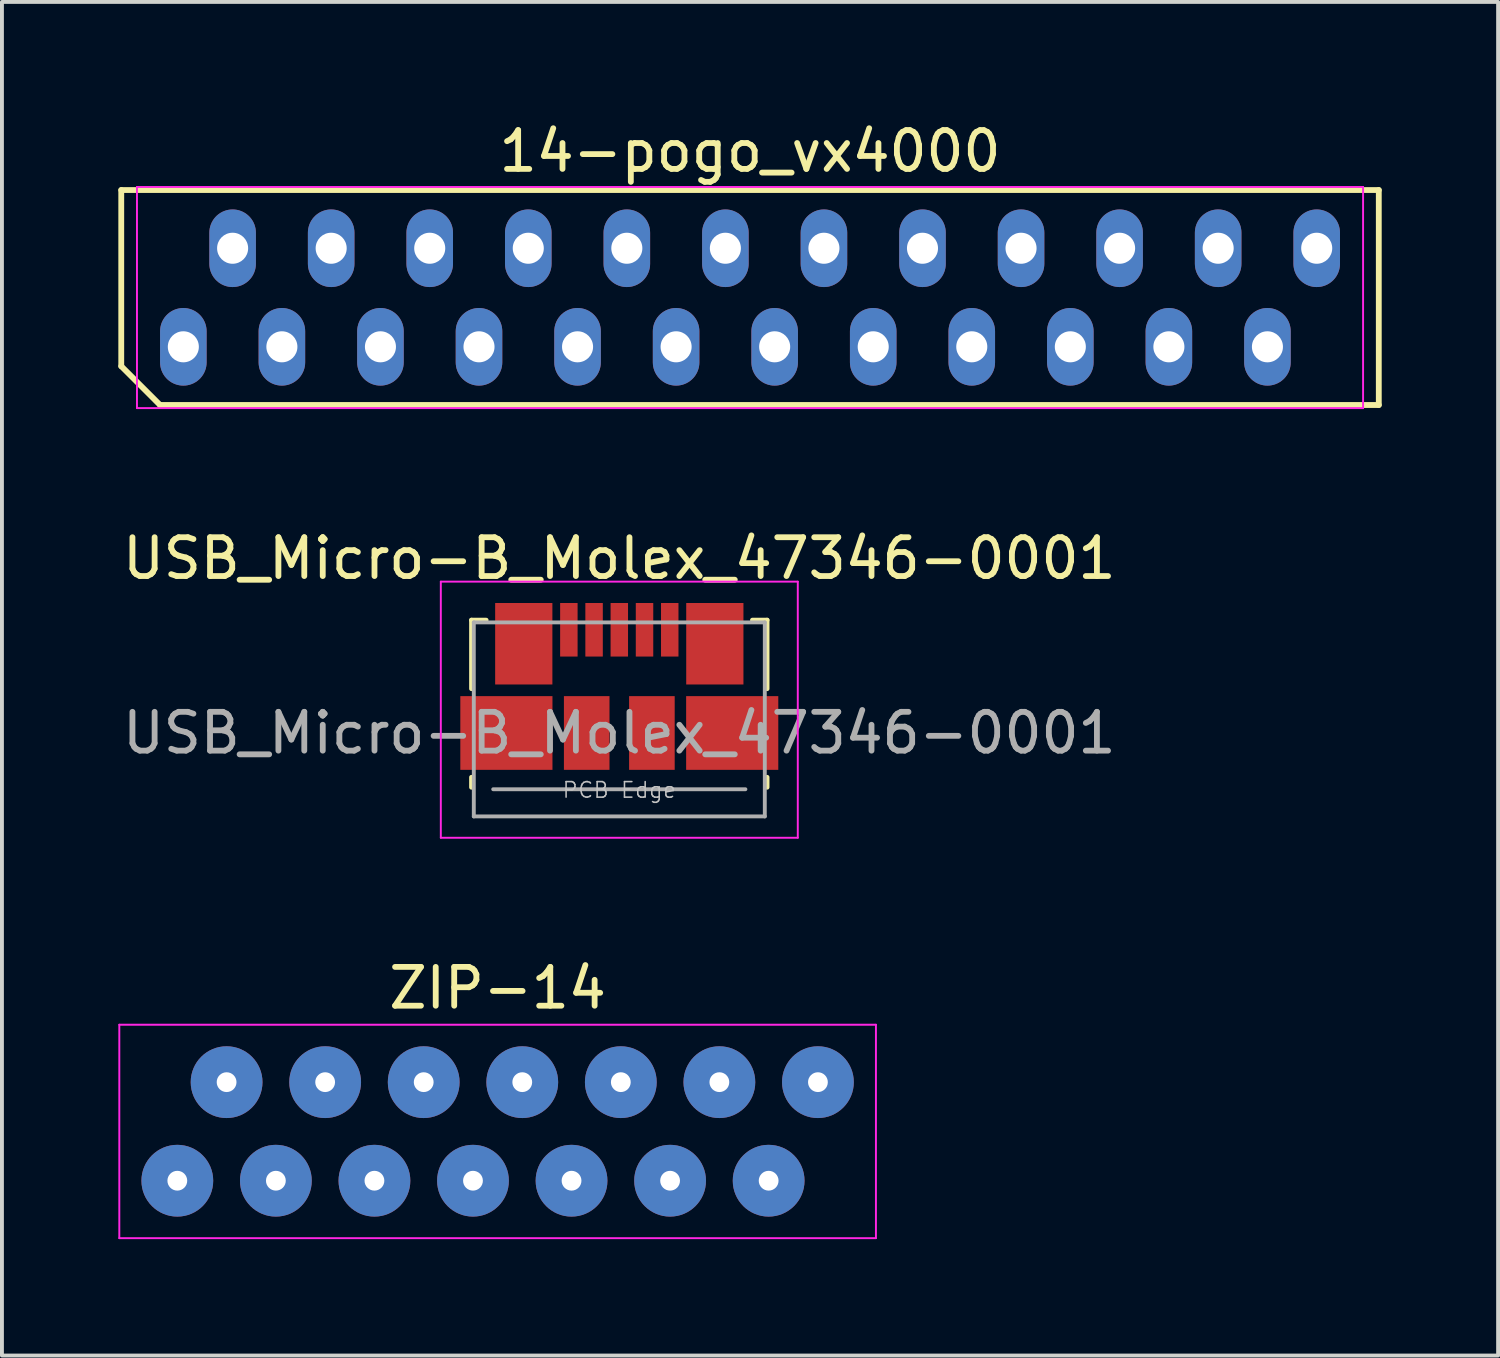
<source format=kicad_pcb>
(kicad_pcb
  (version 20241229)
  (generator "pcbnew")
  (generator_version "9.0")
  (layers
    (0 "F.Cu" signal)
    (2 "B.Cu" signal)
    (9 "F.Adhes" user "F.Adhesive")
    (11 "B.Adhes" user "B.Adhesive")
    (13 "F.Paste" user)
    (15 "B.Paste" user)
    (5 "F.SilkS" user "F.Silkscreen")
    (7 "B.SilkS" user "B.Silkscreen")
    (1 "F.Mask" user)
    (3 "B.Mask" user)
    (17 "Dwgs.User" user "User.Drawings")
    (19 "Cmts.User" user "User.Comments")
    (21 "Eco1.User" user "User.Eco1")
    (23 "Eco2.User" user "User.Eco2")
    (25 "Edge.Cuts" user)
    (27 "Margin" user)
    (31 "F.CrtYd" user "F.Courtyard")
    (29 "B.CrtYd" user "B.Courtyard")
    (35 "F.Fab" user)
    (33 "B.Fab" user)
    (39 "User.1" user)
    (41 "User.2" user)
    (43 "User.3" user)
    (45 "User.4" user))
  (footprint "ZIP-14"
    (layer "F.Cu")
    (at 9.775 26.11)
    (property "Reference" "ZIP-14" (at 0 -3.695 0) (layer "F.SilkS") (effects (font (size 1 1) (thickness 0.15))))
    (attr through_hole)
    (fp_line (start -9.75 -2.75) (end 9.75 -2.75) (stroke (width 0.05) (type solid)) (layer "F.CrtYd"))
    (fp_line (start -9.75 2.75) (end -9.75 -2.75) (stroke (width 0.05) (type solid)) (layer "F.CrtYd"))
    (fp_line (start 9.75 -2.75) (end 9.75 2.75) (stroke (width 0.05) (type solid)) (layer "F.CrtYd"))
    (fp_line (start 9.75 2.75) (end -9.75 2.75) (stroke (width 0.05) (type solid)) (layer "F.CrtYd"))
    (pad "1" thru_hole oval (at -8.255 1.27) (size 1.85 1.85) (drill 0.51) (layers "*.Cu" "*.Mask"))
    (pad "2" thru_hole oval (at -6.985 -1.27) (size 1.85 1.85) (drill 0.51) (layers "*.Cu" "*.Mask"))
    (pad "3" thru_hole oval (at -5.715 1.27) (size 1.85 1.85) (drill 0.51) (layers "*.Cu" "*.Mask"))
    (pad "4" thru_hole oval (at -4.445 -1.27) (size 1.85 1.85) (drill 0.51) (layers "*.Cu" "*.Mask"))
    (pad "5" thru_hole oval (at -3.175 1.27) (size 1.85 1.85) (drill 0.51) (layers "*.Cu" "*.Mask"))
    (pad "6" thru_hole oval (at -1.905 -1.27) (size 1.85 1.85) (drill 0.51) (layers "*.Cu" "*.Mask"))
    (pad "7" thru_hole oval (at -0.635 1.27) (size 1.85 1.85) (drill 0.51) (layers "*.Cu" "*.Mask"))
    (pad "8" thru_hole oval (at 0.635 -1.27) (size 1.85 1.85) (drill 0.51) (layers "*.Cu" "*.Mask"))
    (pad "9" thru_hole oval (at 1.905 1.27) (size 1.85 1.85) (drill 0.51) (layers "*.Cu" "*.Mask"))
    (pad "10" thru_hole oval (at 3.175 -1.27) (size 1.85 1.85) (drill 0.51) (layers "*.Cu" "*.Mask"))
    (pad "11" thru_hole oval (at 4.445 1.27) (size 1.85 1.85) (drill 0.51) (layers "*.Cu" "*.Mask"))
    (pad "12" thru_hole oval (at 5.715 -1.27) (size 1.85 1.85) (drill 0.51) (layers "*.Cu" "*.Mask"))
    (pad "13" thru_hole oval (at 6.985 1.27) (size 1.85 1.85) (drill 0.51) (layers "*.Cu" "*.Mask"))
    (pad "14" thru_hole oval (at 8.255 -1.27) (size 1.85 1.85) (drill 0.51) (layers "*.Cu" "*.Mask")))
  (footprint "USB_Micro-B_Molex_47346-0001"
    (layer "F.Cu")
    (at 12.911 15.841)
    (property "Reference" "USB_Micro-B_Molex_47346-0001" (at 0 -4.5 180) (layer "F.SilkS") (effects (font (size 1 1) (thickness 0.15))))
    (attr smd)
    (fp_line (start -3.81 -2.91) (end -3.43 -2.91) (stroke (width 0.12) (type solid)) (layer "F.SilkS"))
    (fp_line (start -3.81 -1.14) (end -3.81 -2.91) (stroke (width 0.12) (type solid)) (layer "F.SilkS"))
    (fp_line (start -3.81 1.4) (end -3.81 1.14) (stroke (width 0.12) (type solid)) (layer "F.SilkS"))
    (fp_line (start 3.81 -2.91) (end 3.43 -2.91) (stroke (width 0.12) (type solid)) (layer "F.SilkS"))
    (fp_line (start 3.81 -2.91) (end 3.81 -1.14) (stroke (width 0.12) (type solid)) (layer "F.SilkS"))
    (fp_line (start 3.81 1.14) (end 3.81 1.4) (stroke (width 0.12) (type solid)) (layer "F.SilkS"))
    (fp_line (start -4.6 -3.9) (end 4.6 -3.9) (stroke (width 0.05) (type solid)) (layer "F.CrtYd"))
    (fp_line (start -4.6 2.7) (end -4.6 -3.9) (stroke (width 0.05) (type solid)) (layer "F.CrtYd"))
    (fp_line (start 4.6 -3.9) (end 4.6 2.7) (stroke (width 0.05) (type solid)) (layer "F.CrtYd"))
    (fp_line (start 4.6 2.7) (end -4.6 2.7) (stroke (width 0.05) (type solid)) (layer "F.CrtYd"))
    (fp_line (start -3.75 -2.85) (end 3.75 -2.85) (stroke (width 0.1) (type solid)) (layer "F.Fab"))
    (fp_line (start -3.75 2.15) (end -3.75 -2.85) (stroke (width 0.1) (type solid)) (layer "F.Fab"))
    (fp_line (start -3.25 1.45) (end 3.25 1.45) (stroke (width 0.1) (type solid)) (layer "F.Fab"))
    (fp_line (start 3.75 -2.85) (end 3.75 2.15) (stroke (width 0.1) (type solid)) (layer "F.Fab"))
    (fp_line (start 3.75 2.15) (end -3.75 2.15) (stroke (width 0.1) (type solid)) (layer "F.Fab"))
    (fp_text user "PCB Edge" (at 0 1.47 180) (layer "Dwgs.User") (effects (font (size 0.4 0.4) (thickness 0.04))))
    (fp_text user "${REFERENCE}" (at 0 0 0) (layer "F.Fab") (effects (font (size 1 1) (thickness 0.15))))
    (pad "1" smd rect (at -1.3 -2.66) (size 0.45 1.38) (layers "F.Cu" "F.Mask" "F.Paste"))
    (pad "2" smd rect (at -0.65 -2.66) (size 0.45 1.38) (layers "F.Cu" "F.Mask" "F.Paste"))
    (pad "3" smd rect (at 0 -2.66) (size 0.45 1.38) (layers "F.Cu" "F.Mask" "F.Paste"))
    (pad "4" smd rect (at 0.65 -2.66) (size 0.45 1.38) (layers "F.Cu" "F.Mask" "F.Paste"))
    (pad "5" smd rect (at 1.3 -2.66) (size 0.45 1.38) (layers "F.Cu" "F.Mask" "F.Paste"))
    (pad "6" smd rect (at -2.91 0) (size 2.375 1.9) (layers "F.Cu" "F.Mask" "F.Paste"))
    (pad "6" smd rect (at -2.462 -2.3) (size 1.475 2.1) (layers "F.Cu" "F.Mask" "F.Paste"))
    (pad "6" smd rect (at -0.84 0) (size 1.175 1.9) (layers "F.Cu" "F.Mask" "F.Paste"))
    (pad "6" smd rect (at 0.84 0) (size 1.175 1.9) (layers "F.Cu" "F.Mask" "F.Paste"))
    (pad "6" smd rect (at 2.462 -2.3) (size 1.475 2.1) (layers "F.Cu" "F.Mask" "F.Paste"))
    (pad "6" smd rect (at 2.91 0) (size 2.375 1.9) (layers "F.Cu" "F.Mask" "F.Paste")))
  (footprint "14-pogo_vx4000"
    (layer "F.Cu")
    (at 16.28 4.618)
    (property "Reference" "14-pogo_vx4000" (at 0 -3.77 0) (layer "F.SilkS") (effects (font (size 1 1) (thickness 0.15))))
    (attr through_hole)
    (fp_line (start -16.205 -2.77) (end 16.205 -2.77) (stroke (width 0.15) (type solid)) (layer "F.SilkS"))
    (fp_line (start -16.205 1.77) (end -16.205 -2.77) (stroke (width 0.15) (type solid)) (layer "F.SilkS"))
    (fp_line (start -15.205 2.77) (end -16.205 1.77) (stroke (width 0.15) (type solid)) (layer "F.SilkS"))
    (fp_line (start 16.205 -2.77) (end 16.205 2.77) (stroke (width 0.15) (type solid)) (layer "F.SilkS"))
    (fp_line (start 16.205 2.77) (end -15.205 2.77) (stroke (width 0.15) (type solid)) (layer "F.SilkS"))
    (fp_line (start -15.8 -2.85) (end 15.8 -2.85) (stroke (width 0.05) (type solid)) (layer "F.CrtYd"))
    (fp_line (start -15.8 2.85) (end -15.8 -2.85) (stroke (width 0.05) (type solid)) (layer "F.CrtYd"))
    (fp_line (start 15.8 -2.85) (end 15.8 2.85) (stroke (width 0.05) (type solid)) (layer "F.CrtYd"))
    (fp_line (start 15.8 2.85) (end -15.8 2.85) (stroke (width 0.05) (type solid)) (layer "F.CrtYd"))
    (pad "1" thru_hole oval (at -14.605 1.27) (size 1.2 2) (drill 0.8) (layers "*.Cu" "*.Mask"))
    (pad "2" thru_hole oval (at -13.335 -1.27) (size 1.2 2) (drill 0.8) (layers "*.Cu" "*.Mask"))
    (pad "3" thru_hole oval (at -12.065 1.27) (size 1.2 2) (drill 0.8) (layers "*.Cu" "*.Mask"))
    (pad "4" thru_hole oval (at -10.795 -1.27) (size 1.2 2) (drill 0.8) (layers "*.Cu" "*.Mask"))
    (pad "5" thru_hole oval (at -9.525 1.27) (size 1.2 2) (drill 0.8) (layers "*.Cu" "*.Mask"))
    (pad "6" thru_hole oval (at -8.255 -1.27) (size 1.2 2) (drill 0.8) (layers "*.Cu" "*.Mask"))
    (pad "7" thru_hole oval (at -6.985 1.27) (size 1.2 2) (drill 0.8) (layers "*.Cu" "*.Mask"))
    (pad "8" thru_hole oval (at -5.715 -1.27) (size 1.2 2) (drill 0.8) (layers "*.Cu" "*.Mask"))
    (pad "9" thru_hole oval (at -4.445 1.27) (size 1.2 2) (drill 0.8) (layers "*.Cu" "*.Mask"))
    (pad "10" thru_hole oval (at -3.175 -1.27) (size 1.2 2) (drill 0.8) (layers "*.Cu" "*.Mask"))
    (pad "11" thru_hole oval (at -1.905 1.27) (size 1.2 2) (drill 0.8) (layers "*.Cu" "*.Mask"))
    (pad "12" thru_hole oval (at -0.635 -1.27) (size 1.2 2) (drill 0.8) (layers "*.Cu" "*.Mask"))
    (pad "13" thru_hole oval (at 0.635 1.27) (size 1.2 2) (drill 0.8) (layers "*.Cu" "*.Mask"))
    (pad "14" thru_hole oval (at 1.905 -1.27) (size 1.2 2) (drill 0.8) (layers "*.Cu" "*.Mask"))
    (pad "15" thru_hole oval (at 3.175 1.27) (size 1.2 2) (drill 0.8) (layers "*.Cu" "*.Mask"))
    (pad "16" thru_hole oval (at 4.445 -1.27) (size 1.2 2) (drill 0.8) (layers "*.Cu" "*.Mask"))
    (pad "17" thru_hole oval (at 5.715 1.27) (size 1.2 2) (drill 0.8) (layers "*.Cu" "*.Mask"))
    (pad "18" thru_hole oval (at 6.985 -1.27) (size 1.2 2) (drill 0.8) (layers "*.Cu" "*.Mask"))
    (pad "19" thru_hole oval (at 8.255 1.27) (size 1.2 2) (drill 0.8) (layers "*.Cu" "*.Mask"))
    (pad "20" thru_hole oval (at 9.525 -1.27) (size 1.2 2) (drill 0.8) (layers "*.Cu" "*.Mask"))
    (pad "21" thru_hole oval (at 10.795 1.27) (size 1.2 2) (drill 0.8) (layers "*.Cu" "*.Mask"))
    (pad "22" thru_hole oval (at 12.065 -1.27) (size 1.2 2) (drill 0.8) (layers "*.Cu" "*.Mask"))
    (pad "23" thru_hole oval (at 13.335 1.27) (size 1.2 2) (drill 0.8) (layers "*.Cu" "*.Mask"))
    (pad "24" thru_hole oval (at 14.605 -1.27) (size 1.2 2) (drill 0.8) (layers "*.Cu" "*.Mask")))
  (gr_rect
    (start -3 -3)
    (end 35.56 31.885)
    (stroke (width 0.1) (type default))
    (fill no)
    (layer "Edge.Cuts")))
</source>
